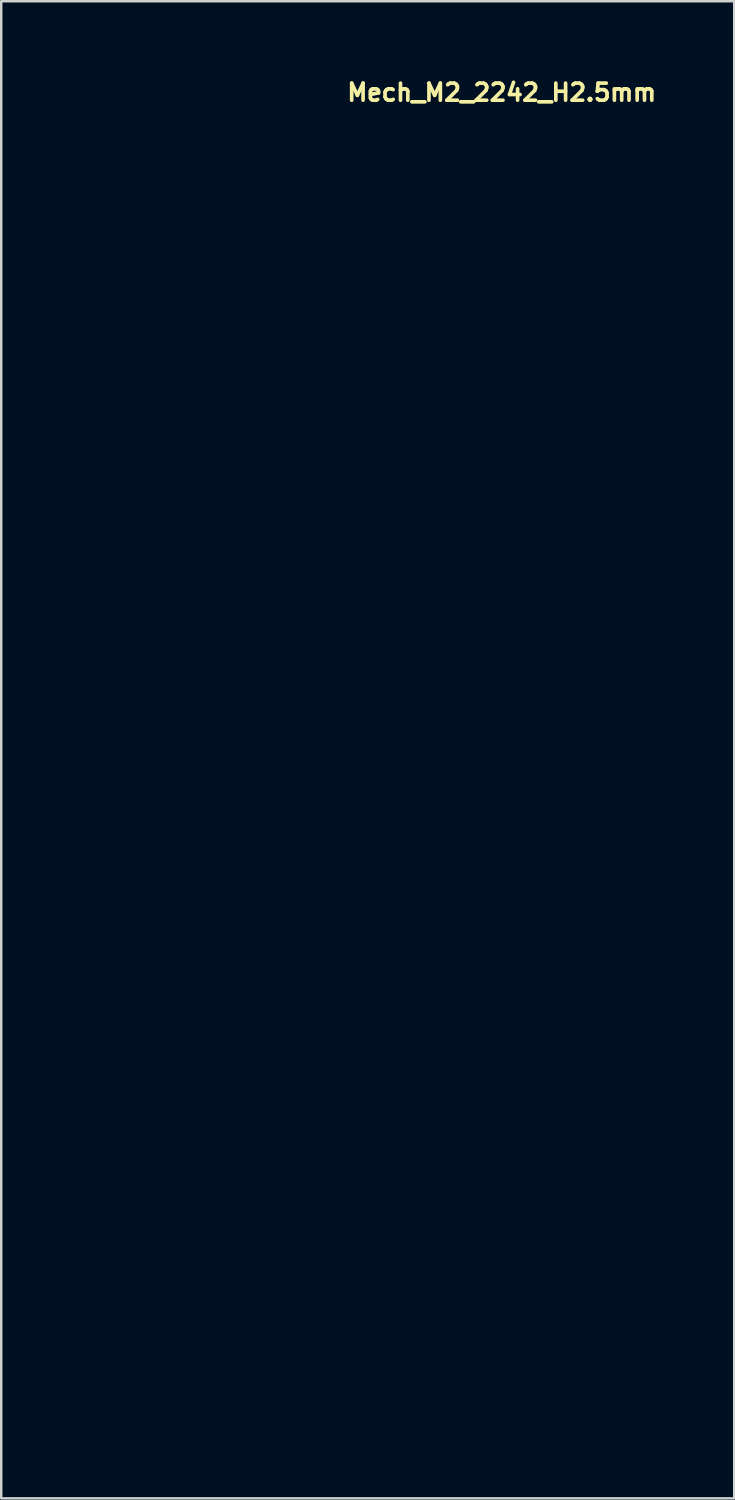
<source format=kicad_pcb>
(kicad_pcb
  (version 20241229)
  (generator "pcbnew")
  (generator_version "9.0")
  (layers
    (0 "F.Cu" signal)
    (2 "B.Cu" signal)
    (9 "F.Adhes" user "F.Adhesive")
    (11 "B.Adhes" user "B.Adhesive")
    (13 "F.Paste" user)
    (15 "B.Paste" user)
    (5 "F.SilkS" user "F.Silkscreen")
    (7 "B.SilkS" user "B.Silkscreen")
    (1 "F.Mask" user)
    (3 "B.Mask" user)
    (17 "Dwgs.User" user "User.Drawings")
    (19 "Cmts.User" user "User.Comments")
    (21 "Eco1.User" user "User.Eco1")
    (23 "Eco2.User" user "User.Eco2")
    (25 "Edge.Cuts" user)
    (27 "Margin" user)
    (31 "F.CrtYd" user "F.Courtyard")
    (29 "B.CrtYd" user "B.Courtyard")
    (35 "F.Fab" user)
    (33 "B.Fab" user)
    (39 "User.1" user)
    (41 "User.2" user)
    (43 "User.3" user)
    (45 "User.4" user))
  (footprint "Mech_M2_2242_H2.5mm"
    (layer "F.Cu")
    (at 11.1 13.26)
    (property "Reference" "Mech_M2_2242_H2.5mm" (at -0.001 -12.11 180) (layer "F.SilkS") (effects (font (size 0.7 0.7) (thickness 0.15)) (justify left bottom)))
    (attr through_hole exclude_from_pos_files exclude_from_bom)
    (fp_line (start -11 0) (end -11 42.001) (stroke (width 0.2) (type solid)) (layer "Eco1.User"))
    (fp_line (start -11 42.001) (end 10.999 42.001) (stroke (width 0.2) (type solid)) (layer "Eco1.User"))
    (fp_line (start 10.999 0) (end -11 0) (stroke (width 0.2) (type solid)) (layer "Eco1.User"))
    (fp_line (start 10.999 42.001) (end 10.999 0) (stroke (width 0.2) (type solid)) (layer "Eco1.User"))
    (fp_circle (center -0.001 0) (end -1.25 0) (stroke (width 0.2) (type solid)) (fill no) (layer "Eco1.User"))
    (fp_rect (start -11 0) (end 10.999 41.998) (stroke (width 0.1) (type solid)) (fill no) (layer "User.5"))
    (fp_line (start -11 0) (end -2.75 0) (stroke (width 0.02) (type solid)) (layer "User.9"))
    (fp_line (start -11 37.998) (end -11 0) (stroke (width 0.02) (type solid)) (layer "User.9"))
    (fp_line (start -11 37.998) (end 10.999 37.998) (stroke (width 0.02) (type solid)) (layer "User.9"))
    (fp_line (start -10.401 37.999) (end -10.426 37.998) (stroke (width 0.02) (type solid)) (layer "User.9"))
    (fp_line (start -10.376 38.001) (end -10.401 37.999) (stroke (width 0.02) (type solid)) (layer "User.9"))
    (fp_line (start -10.353 38.004) (end -10.376 38.001) (stroke (width 0.02) (type solid)) (layer "User.9"))
    (fp_line (start -10.327 38.008) (end -10.353 38.004) (stroke (width 0.02) (type solid)) (layer "User.9"))
    (fp_line (start -10.305 38.015) (end -10.327 38.008) (stroke (width 0.02) (type solid)) (layer "User.9"))
    (fp_line (start -10.28 38.021) (end -10.305 38.015) (stroke (width 0.02) (type solid)) (layer "User.9"))
    (fp_line (start -10.257 38.028) (end -10.28 38.021) (stroke (width 0.02) (type solid)) (layer "User.9"))
    (fp_line (start -10.234 38.037) (end -10.257 38.028) (stroke (width 0.02) (type solid)) (layer "User.9"))
    (fp_line (start -10.212 38.047) (end -10.234 38.037) (stroke (width 0.02) (type solid)) (layer "User.9"))
    (fp_line (start -10.19 38.057) (end -10.212 38.047) (stroke (width 0.02) (type solid)) (layer "User.9"))
    (fp_line (start -10.17 38.069) (end -10.19 38.057) (stroke (width 0.02) (type solid)) (layer "User.9"))
    (fp_line (start -10.148 38.083) (end -10.17 38.069) (stroke (width 0.02) (type solid)) (layer "User.9"))
    (fp_line (start -10.128 38.097) (end -10.148 38.083) (stroke (width 0.02) (type solid)) (layer "User.9"))
    (fp_line (start -10.109 38.112) (end -10.128 38.097) (stroke (width 0.02) (type solid)) (layer "User.9"))
    (fp_line (start -10.09 38.129) (end -10.109 38.112) (stroke (width 0.02) (type solid)) (layer "User.9"))
    (fp_line (start -10.073 38.146) (end -10.09 38.129) (stroke (width 0.02) (type solid)) (layer "User.9"))
    (fp_line (start -10.073 38.146) (end -10.073 38.146) (stroke (width 0.02) (type solid)) (layer "User.9"))
    (fp_line (start -10.055 38.164) (end -10.073 38.146) (stroke (width 0.02) (type solid)) (layer "User.9"))
    (fp_line (start -10.039 38.182) (end -10.055 38.164) (stroke (width 0.02) (type solid)) (layer "User.9"))
    (fp_line (start -10.025 38.202) (end -10.039 38.182) (stroke (width 0.02) (type solid)) (layer "User.9"))
    (fp_line (start -10.01 38.222) (end -10.025 38.202) (stroke (width 0.02) (type solid)) (layer "User.9"))
    (fp_line (start -9.997 38.243) (end -10.01 38.222) (stroke (width 0.02) (type solid)) (layer "User.9"))
    (fp_line (start -9.984 38.263) (end -9.997 38.243) (stroke (width 0.02) (type solid)) (layer "User.9"))
    (fp_line (start -9.974 38.286) (end -9.984 38.263) (stroke (width 0.02) (type solid)) (layer "User.9"))
    (fp_line (start -9.965 38.307) (end -9.974 38.286) (stroke (width 0.02) (type solid)) (layer "User.9"))
    (fp_line (start -9.955 38.33) (end -9.965 38.307) (stroke (width 0.02) (type solid)) (layer "User.9"))
    (fp_line (start -9.948 38.353) (end -9.955 38.33) (stroke (width 0.02) (type solid)) (layer "User.9"))
    (fp_line (start -9.942 38.377) (end -9.948 38.353) (stroke (width 0.02) (type solid)) (layer "User.9"))
    (fp_line (start -9.936 38.402) (end -9.942 38.377) (stroke (width 0.02) (type solid)) (layer "User.9"))
    (fp_line (start -9.932 38.426) (end -9.936 38.402) (stroke (width 0.02) (type solid)) (layer "User.9"))
    (fp_line (start -9.929 38.449) (end -9.932 38.426) (stroke (width 0.02) (type solid)) (layer "User.9"))
    (fp_line (start -9.926 38.475) (end -9.929 38.449) (stroke (width 0.02) (type solid)) (layer "User.9"))
    (fp_line (start -9.926 38.498) (end -9.926 38.475) (stroke (width 0.02) (type solid)) (layer "User.9"))
    (fp_line (start -9.926 41.998) (end -9.926 38.498) (stroke (width 0.02) (type solid)) (layer "User.9"))
    (fp_line (start -9.926 41.998) (end -6.726 41.998) (stroke (width 0.02) (type solid)) (layer "User.9"))
    (fp_line (start -9.426 39.998) (end -9.076 39.998) (stroke (width 0.02) (type solid)) (layer "User.9"))
    (fp_line (start -9.426 41.699) (end -9.426 39.998) (stroke (width 0.02) (type solid)) (layer "User.9"))
    (fp_line (start -9.076 39.998) (end -9.076 41.699) (stroke (width 0.02) (type solid)) (layer "User.9"))
    (fp_line (start -9.076 41.699) (end -9.426 41.699) (stroke (width 0.02) (type solid)) (layer "User.9"))
    (fp_line (start -8.926 39.998) (end -8.576 39.998) (stroke (width 0.02) (type solid)) (layer "User.9"))
    (fp_line (start -8.926 41.699) (end -8.926 39.998) (stroke (width 0.02) (type solid)) (layer "User.9"))
    (fp_line (start -8.576 39.998) (end -8.576 41.699) (stroke (width 0.02) (type solid)) (layer "User.9"))
    (fp_line (start -8.576 41.699) (end -8.926 41.699) (stroke (width 0.02) (type solid)) (layer "User.9"))
    (fp_line (start -8.426 39.998) (end -8.075 39.998) (stroke (width 0.02) (type solid)) (layer "User.9"))
    (fp_line (start -8.426 41.699) (end -8.426 39.998) (stroke (width 0.02) (type solid)) (layer "User.9"))
    (fp_line (start -8.075 39.998) (end -8.075 41.699) (stroke (width 0.02) (type solid)) (layer "User.9"))
    (fp_line (start -8.075 41.699) (end -8.426 41.699) (stroke (width 0.02) (type solid)) (layer "User.9"))
    (fp_line (start -7.925 39.998) (end -7.577 39.998) (stroke (width 0.02) (type solid)) (layer "User.9"))
    (fp_line (start -7.925 41.699) (end -7.925 39.998) (stroke (width 0.02) (type solid)) (layer "User.9"))
    (fp_line (start -7.577 39.998) (end -7.577 41.699) (stroke (width 0.02) (type solid)) (layer "User.9"))
    (fp_line (start -7.577 41.699) (end -7.925 41.699) (stroke (width 0.02) (type solid)) (layer "User.9"))
    (fp_line (start -7.425 39.998) (end -7.077 39.998) (stroke (width 0.02) (type solid)) (layer "User.9"))
    (fp_line (start -7.425 41.699) (end -7.425 39.998) (stroke (width 0.02) (type solid)) (layer "User.9"))
    (fp_line (start -7.077 39.998) (end -7.077 41.699) (stroke (width 0.02) (type solid)) (layer "User.9"))
    (fp_line (start -7.077 41.699) (end -7.425 41.699) (stroke (width 0.02) (type solid)) (layer "User.9"))
    (fp_line (start -6.726 39.068) (end -6.726 39.098) (stroke (width 0.02) (type solid)) (layer "User.9"))
    (fp_line (start -6.726 39.098) (end -6.726 41.998) (stroke (width 0.02) (type solid)) (layer "User.9"))
    (fp_line (start -6.723 39.037) (end -6.726 39.068) (stroke (width 0.02) (type solid)) (layer "User.9"))
    (fp_line (start -6.72 39.007) (end -6.723 39.037) (stroke (width 0.02) (type solid)) (layer "User.9"))
    (fp_line (start -6.713 38.978) (end -6.72 39.007) (stroke (width 0.02) (type solid)) (layer "User.9"))
    (fp_line (start -6.707 38.949) (end -6.713 38.978) (stroke (width 0.02) (type solid)) (layer "User.9"))
    (fp_line (start -6.699 38.92) (end -6.707 38.949) (stroke (width 0.02) (type solid)) (layer "User.9"))
    (fp_line (start -6.689 38.893) (end -6.699 38.92) (stroke (width 0.02) (type solid)) (layer "User.9"))
    (fp_line (start -6.678 38.865) (end -6.689 38.893) (stroke (width 0.02) (type solid)) (layer "User.9"))
    (fp_line (start -6.667 38.838) (end -6.678 38.865) (stroke (width 0.02) (type solid)) (layer "User.9"))
    (fp_line (start -6.654 38.813) (end -6.667 38.838) (stroke (width 0.02) (type solid)) (layer "User.9"))
    (fp_line (start -6.64 38.789) (end -6.654 38.813) (stroke (width 0.02) (type solid)) (layer "User.9"))
    (fp_line (start -6.624 38.763) (end -6.64 38.789) (stroke (width 0.02) (type solid)) (layer "User.9"))
    (fp_line (start -6.606 38.74) (end -6.624 38.763) (stroke (width 0.02) (type solid)) (layer "User.9"))
    (fp_line (start -6.588 38.717) (end -6.606 38.74) (stroke (width 0.02) (type solid)) (layer "User.9"))
    (fp_line (start -6.571 38.696) (end -6.588 38.717) (stroke (width 0.02) (type solid)) (layer "User.9"))
    (fp_line (start -6.55 38.675) (end -6.571 38.696) (stroke (width 0.02) (type solid)) (layer "User.9"))
    (fp_line (start -6.529 38.655) (end -6.55 38.675) (stroke (width 0.02) (type solid)) (layer "User.9"))
    (fp_line (start -6.508 38.637) (end -6.529 38.655) (stroke (width 0.02) (type solid)) (layer "User.9"))
    (fp_line (start -6.484 38.618) (end -6.508 38.637) (stroke (width 0.02) (type solid)) (layer "User.9"))
    (fp_line (start -6.462 38.601) (end -6.484 38.618) (stroke (width 0.02) (type solid)) (layer "User.9"))
    (fp_line (start -6.438 38.586) (end -6.462 38.601) (stroke (width 0.02) (type solid)) (layer "User.9"))
    (fp_line (start -6.412 38.571) (end -6.438 38.586) (stroke (width 0.02) (type solid)) (layer "User.9"))
    (fp_line (start -6.386 38.559) (end -6.412 38.571) (stroke (width 0.02) (type solid)) (layer "User.9"))
    (fp_line (start -6.359 38.547) (end -6.386 38.559) (stroke (width 0.02) (type solid)) (layer "User.9"))
    (fp_line (start -6.332 38.536) (end -6.359 38.547) (stroke (width 0.02) (type solid)) (layer "User.9"))
    (fp_line (start -6.305 38.527) (end -6.332 38.536) (stroke (width 0.02) (type solid)) (layer "User.9"))
    (fp_line (start -6.276 38.519) (end -6.305 38.527) (stroke (width 0.02) (type solid)) (layer "User.9"))
    (fp_line (start -6.247 38.512) (end -6.276 38.519) (stroke (width 0.02) (type solid)) (layer "User.9"))
    (fp_line (start -6.218 38.507) (end -6.247 38.512) (stroke (width 0.02) (type solid)) (layer "User.9"))
    (fp_line (start -6.188 38.502) (end -6.218 38.507) (stroke (width 0.02) (type solid)) (layer "User.9"))
    (fp_line (start -6.156 38.501) (end -6.188 38.502) (stroke (width 0.02) (type solid)) (layer "User.9"))
    (fp_line (start -6.125 38.499) (end -6.156 38.501) (stroke (width 0.02) (type solid)) (layer "User.9"))
    (fp_line (start -6.125 38.499) (end -6.125 38.499) (stroke (width 0.02) (type solid)) (layer "User.9"))
    (fp_line (start -6.095 38.501) (end -6.125 38.499) (stroke (width 0.02) (type solid)) (layer "User.9"))
    (fp_line (start -6.064 38.502) (end -6.095 38.501) (stroke (width 0.02) (type solid)) (layer "User.9"))
    (fp_line (start -6.034 38.507) (end -6.064 38.502) (stroke (width 0.02) (type solid)) (layer "User.9"))
    (fp_line (start -6.005 38.512) (end -6.034 38.507) (stroke (width 0.02) (type solid)) (layer "User.9"))
    (fp_line (start -5.976 38.519) (end -6.005 38.512) (stroke (width 0.02) (type solid)) (layer "User.9"))
    (fp_line (start -5.947 38.527) (end -5.976 38.519) (stroke (width 0.02) (type solid)) (layer "User.9"))
    (fp_line (start -5.92 38.536) (end -5.947 38.527) (stroke (width 0.02) (type solid)) (layer "User.9"))
    (fp_line (start -5.893 38.547) (end -5.92 38.536) (stroke (width 0.02) (type solid)) (layer "User.9"))
    (fp_line (start -5.866 38.559) (end -5.893 38.547) (stroke (width 0.02) (type solid)) (layer "User.9"))
    (fp_line (start -5.84 38.571) (end -5.866 38.559) (stroke (width 0.02) (type solid)) (layer "User.9"))
    (fp_line (start -5.814 38.586) (end -5.84 38.571) (stroke (width 0.02) (type solid)) (layer "User.9"))
    (fp_line (start -5.79 38.601) (end -5.814 38.586) (stroke (width 0.02) (type solid)) (layer "User.9"))
    (fp_line (start -5.768 38.618) (end -5.79 38.601) (stroke (width 0.02) (type solid)) (layer "User.9"))
    (fp_line (start -5.744 38.637) (end -5.768 38.618) (stroke (width 0.02) (type solid)) (layer "User.9"))
    (fp_line (start -5.723 38.655) (end -5.744 38.637) (stroke (width 0.02) (type solid)) (layer "User.9"))
    (fp_line (start -5.702 38.675) (end -5.723 38.655) (stroke (width 0.02) (type solid)) (layer "User.9"))
    (fp_line (start -5.681 38.696) (end -5.702 38.675) (stroke (width 0.02) (type solid)) (layer "User.9"))
    (fp_line (start -5.664 38.717) (end -5.681 38.696) (stroke (width 0.02) (type solid)) (layer "User.9"))
    (fp_line (start -5.646 38.74) (end -5.664 38.717) (stroke (width 0.02) (type solid)) (layer "User.9"))
    (fp_line (start -5.628 38.763) (end -5.646 38.74) (stroke (width 0.02) (type solid)) (layer "User.9"))
    (fp_line (start -5.612 38.789) (end -5.628 38.763) (stroke (width 0.02) (type solid)) (layer "User.9"))
    (fp_line (start -5.598 38.813) (end -5.612 38.789) (stroke (width 0.02) (type solid)) (layer "User.9"))
    (fp_line (start -5.585 38.838) (end -5.598 38.813) (stroke (width 0.02) (type solid)) (layer "User.9"))
    (fp_line (start -5.574 38.865) (end -5.585 38.838) (stroke (width 0.02) (type solid)) (layer "User.9"))
    (fp_line (start -5.563 38.893) (end -5.574 38.865) (stroke (width 0.02) (type solid)) (layer "User.9"))
    (fp_line (start -5.553 38.92) (end -5.563 38.893) (stroke (width 0.02) (type solid)) (layer "User.9"))
    (fp_line (start -5.545 38.949) (end -5.553 38.92) (stroke (width 0.02) (type solid)) (layer "User.9"))
    (fp_line (start -5.539 38.978) (end -5.545 38.949) (stroke (width 0.02) (type solid)) (layer "User.9"))
    (fp_line (start -5.532 39.007) (end -5.539 38.978) (stroke (width 0.02) (type solid)) (layer "User.9"))
    (fp_line (start -5.529 39.037) (end -5.532 39.007) (stroke (width 0.02) (type solid)) (layer "User.9"))
    (fp_line (start -5.526 39.068) (end -5.529 39.037) (stroke (width 0.02) (type solid)) (layer "User.9"))
    (fp_line (start -5.526 39.098) (end -5.526 39.068) (stroke (width 0.02) (type solid)) (layer "User.9"))
    (fp_line (start -5.526 39.098) (end -5.526 41.998) (stroke (width 0.02) (type solid)) (layer "User.9"))
    (fp_line (start -5.526 41.998) (end 5.025 41.998) (stroke (width 0.02) (type solid)) (layer "User.9"))
    (fp_line (start -4.925 39.998) (end -4.577 39.998) (stroke (width 0.02) (type solid)) (layer "User.9"))
    (fp_line (start -4.925 41.699) (end -4.925 39.998) (stroke (width 0.02) (type solid)) (layer "User.9"))
    (fp_line (start -4.577 39.998) (end -4.577 41.699) (stroke (width 0.02) (type solid)) (layer "User.9"))
    (fp_line (start -4.577 41.699) (end -4.925 41.699) (stroke (width 0.02) (type solid)) (layer "User.9"))
    (fp_line (start -4.425 39.998) (end -4.077 39.998) (stroke (width 0.02) (type solid)) (layer "User.9"))
    (fp_line (start -4.425 41.699) (end -4.425 39.998) (stroke (width 0.02) (type solid)) (layer "User.9"))
    (fp_line (start -4.077 39.998) (end -4.077 41.699) (stroke (width 0.02) (type solid)) (layer "User.9"))
    (fp_line (start -4.077 41.699) (end -4.425 41.699) (stroke (width 0.02) (type solid)) (layer "User.9"))
    (fp_line (start -3.926 39.998) (end -3.576 39.998) (stroke (width 0.02) (type solid)) (layer "User.9"))
    (fp_line (start -3.926 41.699) (end -3.926 39.998) (stroke (width 0.02) (type solid)) (layer "User.9"))
    (fp_line (start -3.576 39.998) (end -3.576 41.699) (stroke (width 0.02) (type solid)) (layer "User.9"))
    (fp_line (start -3.576 41.699) (end -3.926 41.699) (stroke (width 0.02) (type solid)) (layer "User.9"))
    (fp_line (start -3.426 39.998) (end -3.077 39.998) (stroke (width 0.02) (type solid)) (layer "User.9"))
    (fp_line (start -3.426 41.699) (end -3.426 39.998) (stroke (width 0.02) (type solid)) (layer "User.9"))
    (fp_line (start -3.077 39.998) (end -3.077 41.699) (stroke (width 0.02) (type solid)) (layer "User.9"))
    (fp_line (start -3.077 41.699) (end -3.426 41.699) (stroke (width 0.02) (type solid)) (layer "User.9"))
    (fp_line (start -2.926 39.998) (end -2.577 39.998) (stroke (width 0.02) (type solid)) (layer "User.9"))
    (fp_line (start -2.926 41.699) (end -2.926 39.998) (stroke (width 0.02) (type solid)) (layer "User.9"))
    (fp_line (start -2.75 0) (end -2.745 0.183) (stroke (width 0.02) (type solid)) (layer "User.9"))
    (fp_line (start -2.75 0) (end -1.75 0) (stroke (width 0.02) (type solid)) (layer "User.9"))
    (fp_line (start -2.745 0.183) (end -2.726 0.364) (stroke (width 0.02) (type solid)) (layer "User.9"))
    (fp_line (start -2.726 0.364) (end -2.698 0.541) (stroke (width 0.02) (type solid)) (layer "User.9"))
    (fp_line (start -2.698 0.541) (end -2.656 0.716) (stroke (width 0.02) (type solid)) (layer "User.9"))
    (fp_line (start -2.656 0.716) (end -2.604 0.887) (stroke (width 0.02) (type solid)) (layer "User.9"))
    (fp_line (start -2.604 0.887) (end -2.54 1.055) (stroke (width 0.02) (type solid)) (layer "User.9"))
    (fp_line (start -2.577 39.998) (end -2.577 41.699) (stroke (width 0.02) (type solid)) (layer "User.9"))
    (fp_line (start -2.577 41.699) (end -2.926 41.699) (stroke (width 0.02) (type solid)) (layer "User.9"))
    (fp_line (start -2.54 1.055) (end -2.467 1.218) (stroke (width 0.02) (type solid)) (layer "User.9"))
    (fp_line (start -2.467 1.218) (end -2.383 1.375) (stroke (width 0.02) (type solid)) (layer "User.9"))
    (fp_line (start -2.426 39.998) (end -2.077 39.998) (stroke (width 0.02) (type solid)) (layer "User.9"))
    (fp_line (start -2.426 41.699) (end -2.426 39.998) (stroke (width 0.02) (type solid)) (layer "User.9"))
    (fp_line (start -2.383 1.375) (end -2.289 1.526) (stroke (width 0.02) (type solid)) (layer "User.9"))
    (fp_line (start -2.289 1.526) (end -2.185 1.67) (stroke (width 0.02) (type solid)) (layer "User.9"))
    (fp_line (start -2.185 1.67) (end -2.072 1.809) (stroke (width 0.02) (type solid)) (layer "User.9"))
    (fp_line (start -2.077 39.998) (end -2.077 41.699) (stroke (width 0.02) (type solid)) (layer "User.9"))
    (fp_line (start -2.077 41.699) (end -2.426 41.699) (stroke (width 0.02) (type solid)) (layer "User.9"))
    (fp_line (start -2.072 1.809) (end -1.95 1.94) (stroke (width 0.02) (type solid)) (layer "User.9"))
    (fp_line (start -1.95 1.94) (end -1.819 2.062) (stroke (width 0.02) (type solid)) (layer "User.9"))
    (fp_line (start -1.926 39.998) (end -1.575 39.998) (stroke (width 0.02) (type solid)) (layer "User.9"))
    (fp_line (start -1.926 41.699) (end -1.926 39.998) (stroke (width 0.02) (type solid)) (layer "User.9"))
    (fp_line (start -1.819 2.062) (end -1.68 2.178) (stroke (width 0.02) (type solid)) (layer "User.9"))
    (fp_line (start -1.75 0) (end -1.748 0.116) (stroke (width 0.02) (type solid)) (layer "User.9"))
    (fp_line (start -1.748 0.116) (end -1.736 0.23) (stroke (width 0.02) (type solid)) (layer "User.9"))
    (fp_line (start -1.736 0.23) (end -1.716 0.344) (stroke (width 0.02) (type solid)) (layer "User.9"))
    (fp_line (start -1.716 0.344) (end -1.69 0.455) (stroke (width 0.02) (type solid)) (layer "User.9"))
    (fp_line (start -1.69 0.455) (end -1.657 0.565) (stroke (width 0.02) (type solid)) (layer "User.9"))
    (fp_line (start -1.68 2.178) (end -1.532 2.283) (stroke (width 0.02) (type solid)) (layer "User.9"))
    (fp_line (start -1.657 0.565) (end -1.617 0.67) (stroke (width 0.02) (type solid)) (layer "User.9"))
    (fp_line (start -1.617 0.67) (end -1.569 0.774) (stroke (width 0.02) (type solid)) (layer "User.9"))
    (fp_line (start -1.575 39.998) (end -1.575 41.699) (stroke (width 0.02) (type solid)) (layer "User.9"))
    (fp_line (start -1.575 41.699) (end -1.926 41.699) (stroke (width 0.02) (type solid)) (layer "User.9"))
    (fp_line (start -1.569 0.774) (end -1.516 0.873) (stroke (width 0.02) (type solid)) (layer "User.9"))
    (fp_line (start -1.532 2.283) (end -1.375 2.381) (stroke (width 0.02) (type solid)) (layer "User.9"))
    (fp_line (start -1.516 0.873) (end -1.456 0.971) (stroke (width 0.02) (type solid)) (layer "User.9"))
    (fp_line (start -1.456 0.971) (end -1.391 1.062) (stroke (width 0.02) (type solid)) (layer "User.9"))
    (fp_line (start -1.426 39.998) (end -1.075 39.998) (stroke (width 0.02) (type solid)) (layer "User.9"))
    (fp_line (start -1.426 41.699) (end -1.426 39.998) (stroke (width 0.02) (type solid)) (layer "User.9"))
    (fp_line (start -1.391 1.062) (end -1.319 1.151) (stroke (width 0.02) (type solid)) (layer "User.9"))
    (fp_line (start -1.375 2.381) (end -1.375 2.381) (stroke (width 0.02) (type solid)) (layer "User.9"))
    (fp_line (start -1.375 2.381) (end -1.214 2.466) (stroke (width 0.02) (type solid)) (layer "User.9"))
    (fp_line (start -1.319 1.151) (end -1.242 1.233) (stroke (width 0.02) (type solid)) (layer "User.9"))
    (fp_line (start -1.242 1.233) (end -1.158 1.312) (stroke (width 0.02) (type solid)) (layer "User.9"))
    (fp_line (start -1.214 2.466) (end -1.049 2.541) (stroke (width 0.02) (type solid)) (layer "User.9"))
    (fp_line (start -1.158 1.312) (end -1.069 1.385) (stroke (width 0.02) (type solid)) (layer "User.9"))
    (fp_line (start -1.075 39.998) (end -1.075 41.699) (stroke (width 0.02) (type solid)) (layer "User.9"))
    (fp_line (start -1.075 41.699) (end -1.426 41.699) (stroke (width 0.02) (type solid)) (layer "User.9"))
    (fp_line (start -1.069 1.385) (end -0.975 1.452) (stroke (width 0.02) (type solid)) (layer "User.9"))
    (fp_line (start -1.049 2.541) (end -0.879 2.605) (stroke (width 0.02) (type solid)) (layer "User.9"))
    (fp_line (start -0.975 1.452) (end -0.875 1.515) (stroke (width 0.02) (type solid)) (layer "User.9"))
    (fp_line (start -0.927 39.998) (end -0.576 39.998) (stroke (width 0.02) (type solid)) (layer "User.9"))
    (fp_line (start -0.927 41.699) (end -0.927 39.998) (stroke (width 0.02) (type solid)) (layer "User.9"))
    (fp_line (start -0.879 2.605) (end -0.707 2.657) (stroke (width 0.02) (type solid)) (layer "User.9"))
    (fp_line (start -0.875 1.515) (end -0.875 1.515) (stroke (width 0.02) (type solid)) (layer "User.9"))
    (fp_line (start -0.875 1.515) (end -0.774 1.57) (stroke (width 0.02) (type solid)) (layer "User.9"))
    (fp_line (start -0.774 1.57) (end -0.668 1.617) (stroke (width 0.02) (type solid)) (layer "User.9"))
    (fp_line (start -0.707 2.657) (end -0.533 2.698) (stroke (width 0.02) (type solid)) (layer "User.9"))
    (fp_line (start -0.668 1.617) (end -0.56 1.658) (stroke (width 0.02) (type solid)) (layer "User.9"))
    (fp_line (start -0.576 39.998) (end -0.576 41.699) (stroke (width 0.02) (type solid)) (layer "User.9"))
    (fp_line (start -0.576 41.699) (end -0.927 41.699) (stroke (width 0.02) (type solid)) (layer "User.9"))
    (fp_line (start -0.56 1.658) (end -0.451 1.69) (stroke (width 0.02) (type solid)) (layer "User.9"))
    (fp_line (start -0.533 2.698) (end -0.356 2.725) (stroke (width 0.02) (type solid)) (layer "User.9"))
    (fp_line (start -0.451 1.69) (end -0.34 1.716) (stroke (width 0.02) (type solid)) (layer "User.9"))
    (fp_line (start -0.425 39.998) (end -0.075 39.998) (stroke (width 0.02) (type solid)) (layer "User.9"))
    (fp_line (start -0.425 41.699) (end -0.425 39.998) (stroke (width 0.02) (type solid)) (layer "User.9"))
    (fp_line (start -0.356 2.725) (end -0.178 2.744) (stroke (width 0.02) (type solid)) (layer "User.9"))
    (fp_line (start -0.34 1.716) (end -0.228 1.734) (stroke (width 0.02) (type solid)) (layer "User.9"))
    (fp_line (start -0.228 1.734) (end -0.115 1.745) (stroke (width 0.02) (type solid)) (layer "User.9"))
    (fp_line (start -0.178 2.744) (end 0 2.75) (stroke (width 0.02) (type solid)) (layer "User.9"))
    (fp_line (start -0.115 1.745) (end 0 1.748) (stroke (width 0.02) (type solid)) (layer "User.9"))
    (fp_line (start -0.075 39.998) (end -0.075 41.699) (stroke (width 0.02) (type solid)) (layer "User.9"))
    (fp_line (start -0.075 41.699) (end -0.425 41.699) (stroke (width 0.02) (type solid)) (layer "User.9"))
    (fp_line (start 0 1.748) (end 0.113 1.745) (stroke (width 0.02) (type solid)) (layer "User.9"))
    (fp_line (start 0 2.75) (end 0.176 2.744) (stroke (width 0.02) (type solid)) (layer "User.9"))
    (fp_line (start 0.073 39.998) (end 0.423 39.998) (stroke (width 0.02) (type solid)) (layer "User.9"))
    (fp_line (start 0.073 41.699) (end 0.073 39.998) (stroke (width 0.02) (type solid)) (layer "User.9"))
    (fp_line (start 0.113 1.745) (end 0.226 1.734) (stroke (width 0.02) (type solid)) (layer "User.9"))
    (fp_line (start 0.176 2.744) (end 0.354 2.725) (stroke (width 0.02) (type solid)) (layer "User.9"))
    (fp_line (start 0.226 1.734) (end 0.338 1.716) (stroke (width 0.02) (type solid)) (layer "User.9"))
    (fp_line (start 0.338 1.716) (end 0.449 1.69) (stroke (width 0.02) (type solid)) (layer "User.9"))
    (fp_line (start 0.354 2.725) (end 0.531 2.698) (stroke (width 0.02) (type solid)) (layer "User.9"))
    (fp_line (start 0.423 39.998) (end 0.423 41.699) (stroke (width 0.02) (type solid)) (layer "User.9"))
    (fp_line (start 0.423 41.699) (end 0.073 41.699) (stroke (width 0.02) (type solid)) (layer "User.9"))
    (fp_line (start 0.449 1.69) (end 0.558 1.658) (stroke (width 0.02) (type solid)) (layer "User.9"))
    (fp_line (start 0.531 2.698) (end 0.705 2.657) (stroke (width 0.02) (type solid)) (layer "User.9"))
    (fp_line (start 0.558 1.658) (end 0.666 1.617) (stroke (width 0.02) (type solid)) (layer "User.9"))
    (fp_line (start 0.574 39.998) (end 0.925 39.998) (stroke (width 0.02) (type solid)) (layer "User.9"))
    (fp_line (start 0.574 41.699) (end 0.574 39.998) (stroke (width 0.02) (type solid)) (layer "User.9"))
    (fp_line (start 0.666 1.617) (end 0.772 1.57) (stroke (width 0.02) (type solid)) (layer "User.9"))
    (fp_line (start 0.705 2.657) (end 0.877 2.605) (stroke (width 0.02) (type solid)) (layer "User.9"))
    (fp_line (start 0.772 1.57) (end 0.873 1.515) (stroke (width 0.02) (type solid)) (layer "User.9"))
    (fp_line (start 0.873 1.515) (end 0.873 1.515) (stroke (width 0.02) (type solid)) (layer "User.9"))
    (fp_line (start 0.873 1.515) (end 0.925 1.484) (stroke (width 0.02) (type solid)) (layer "User.9"))
    (fp_line (start 0.877 2.605) (end 1.046 2.541) (stroke (width 0.02) (type solid)) (layer "User.9"))
    (fp_line (start 0.925 1.484) (end 0.973 1.452) (stroke (width 0.02) (type solid)) (layer "User.9"))
    (fp_line (start 0.925 39.998) (end 0.925 41.699) (stroke (width 0.02) (type solid)) (layer "User.9"))
    (fp_line (start 0.925 41.699) (end 0.574 41.699) (stroke (width 0.02) (type solid)) (layer "User.9"))
    (fp_line (start 0.973 1.452) (end 1.021 1.419) (stroke (width 0.02) (type solid)) (layer "User.9"))
    (fp_line (start 1.021 1.419) (end 1.068 1.385) (stroke (width 0.02) (type solid)) (layer "User.9"))
    (fp_line (start 1.046 2.541) (end 1.213 2.466) (stroke (width 0.02) (type solid)) (layer "User.9"))
    (fp_line (start 1.068 1.385) (end 1.112 1.349) (stroke (width 0.02) (type solid)) (layer "User.9"))
    (fp_line (start 1.074 39.998) (end 1.425 39.998) (stroke (width 0.02) (type solid)) (layer "User.9"))
    (fp_line (start 1.074 41.699) (end 1.074 39.998) (stroke (width 0.02) (type solid)) (layer "User.9"))
    (fp_line (start 1.112 1.349) (end 1.155 1.312) (stroke (width 0.02) (type solid)) (layer "User.9"))
    (fp_line (start 1.155 1.312) (end 1.199 1.274) (stroke (width 0.02) (type solid)) (layer "User.9"))
    (fp_line (start 1.199 1.274) (end 1.239 1.233) (stroke (width 0.02) (type solid)) (layer "User.9"))
    (fp_line (start 1.213 2.466) (end 1.374 2.381) (stroke (width 0.02) (type solid)) (layer "User.9"))
    (fp_line (start 1.239 1.233) (end 1.279 1.192) (stroke (width 0.02) (type solid)) (layer "User.9"))
    (fp_line (start 1.279 1.192) (end 1.316 1.151) (stroke (width 0.02) (type solid)) (layer "User.9"))
    (fp_line (start 1.316 1.151) (end 1.354 1.108) (stroke (width 0.02) (type solid)) (layer "User.9"))
    (fp_line (start 1.354 1.108) (end 1.388 1.062) (stroke (width 0.02) (type solid)) (layer "User.9"))
    (fp_line (start 1.374 2.381) (end 1.374 2.381) (stroke (width 0.02) (type solid)) (layer "User.9"))
    (fp_line (start 1.374 2.381) (end 1.453 2.334) (stroke (width 0.02) (type solid)) (layer "User.9"))
    (fp_line (start 1.388 1.062) (end 1.423 1.016) (stroke (width 0.02) (type solid)) (layer "User.9"))
    (fp_line (start 1.423 1.016) (end 1.455 0.971) (stroke (width 0.02) (type solid)) (layer "User.9"))
    (fp_line (start 1.425 39.998) (end 1.425 41.699) (stroke (width 0.02) (type solid)) (layer "User.9"))
    (fp_line (start 1.425 41.699) (end 1.074 41.699) (stroke (width 0.02) (type solid)) (layer "User.9"))
    (fp_line (start 1.453 2.334) (end 1.529 2.283) (stroke (width 0.02) (type solid)) (layer "User.9"))
    (fp_line (start 1.455 0.971) (end 1.485 0.922) (stroke (width 0.02) (type solid)) (layer "User.9"))
    (fp_line (start 1.485 0.922) (end 1.515 0.873) (stroke (width 0.02) (type solid)) (layer "User.9"))
    (fp_line (start 1.515 0.873) (end 1.542 0.824) (stroke (width 0.02) (type solid)) (layer "User.9"))
    (fp_line (start 1.529 2.283) (end 1.604 2.231) (stroke (width 0.02) (type solid)) (layer "User.9"))
    (fp_line (start 1.542 0.824) (end 1.568 0.774) (stroke (width 0.02) (type solid)) (layer "User.9"))
    (fp_line (start 1.568 0.774) (end 1.592 0.722) (stroke (width 0.02) (type solid)) (layer "User.9"))
    (fp_line (start 1.574 39.998) (end 1.925 39.998) (stroke (width 0.02) (type solid)) (layer "User.9"))
    (fp_line (start 1.574 41.699) (end 1.574 39.998) (stroke (width 0.02) (type solid)) (layer "User.9"))
    (fp_line (start 1.592 0.722) (end 1.614 0.67) (stroke (width 0.02) (type solid)) (layer "User.9"))
    (fp_line (start 1.604 2.231) (end 1.677 2.178) (stroke (width 0.02) (type solid)) (layer "User.9"))
    (fp_line (start 1.614 0.67) (end 1.636 0.619) (stroke (width 0.02) (type solid)) (layer "User.9"))
    (fp_line (start 1.636 0.619) (end 1.656 0.565) (stroke (width 0.02) (type solid)) (layer "User.9"))
    (fp_line (start 1.656 0.565) (end 1.673 0.51) (stroke (width 0.02) (type solid)) (layer "User.9"))
    (fp_line (start 1.673 0.51) (end 1.689 0.455) (stroke (width 0.02) (type solid)) (layer "User.9"))
    (fp_line (start 1.677 2.178) (end 1.749 2.122) (stroke (width 0.02) (type solid)) (layer "User.9"))
    (fp_line (start 1.689 0.455) (end 1.703 0.401) (stroke (width 0.02) (type solid)) (layer "User.9"))
    (fp_line (start 1.703 0.401) (end 1.715 0.344) (stroke (width 0.02) (type solid)) (layer "User.9"))
    (fp_line (start 1.715 0.344) (end 1.725 0.288) (stroke (width 0.02) (type solid)) (layer "User.9"))
    (fp_line (start 1.725 0.288) (end 1.733 0.23) (stroke (width 0.02) (type solid)) (layer "User.9"))
    (fp_line (start 1.733 0.23) (end 1.741 0.173) (stroke (width 0.02) (type solid)) (layer "User.9"))
    (fp_line (start 1.741 0.173) (end 1.745 0.116) (stroke (width 0.02) (type solid)) (layer "User.9"))
    (fp_line (start 1.745 0.116) (end 1.749 0.058) (stroke (width 0.02) (type solid)) (layer "User.9"))
    (fp_line (start 1.749 0) (end 2.749 0) (stroke (width 0.02) (type solid)) (layer "User.9"))
    (fp_line (start 1.749 0.058) (end 1.749 0) (stroke (width 0.02) (type solid)) (layer "User.9"))
    (fp_line (start 1.749 2.122) (end 1.816 2.062) (stroke (width 0.02) (type solid)) (layer "User.9"))
    (fp_line (start 1.816 2.062) (end 1.884 2.001) (stroke (width 0.02) (type solid)) (layer "User.9"))
    (fp_line (start 1.884 2.001) (end 1.947 1.94) (stroke (width 0.02) (type solid)) (layer "User.9"))
    (fp_line (start 1.925 39.998) (end 1.925 41.699) (stroke (width 0.02) (type solid)) (layer "User.9"))
    (fp_line (start 1.925 41.699) (end 1.574 41.699) (stroke (width 0.02) (type solid)) (layer "User.9"))
    (fp_line (start 1.947 1.94) (end 2.01 1.875) (stroke (width 0.02) (type solid)) (layer "User.9"))
    (fp_line (start 2.01 1.875) (end 2.069 1.809) (stroke (width 0.02) (type solid)) (layer "User.9"))
    (fp_line (start 2.069 1.809) (end 2.128 1.741) (stroke (width 0.02) (type solid)) (layer "User.9"))
    (fp_line (start 2.075 39.998) (end 2.423 39.998) (stroke (width 0.02) (type solid)) (layer "User.9"))
    (fp_line (start 2.075 41.699) (end 2.075 39.998) (stroke (width 0.02) (type solid)) (layer "User.9"))
    (fp_line (start 2.128 1.741) (end 2.182 1.67) (stroke (width 0.02) (type solid)) (layer "User.9"))
    (fp_line (start 2.182 1.67) (end 2.236 1.599) (stroke (width 0.02) (type solid)) (layer "User.9"))
    (fp_line (start 2.236 1.599) (end 2.286 1.526) (stroke (width 0.02) (type solid)) (layer "User.9"))
    (fp_line (start 2.286 1.526) (end 2.334 1.451) (stroke (width 0.02) (type solid)) (layer "User.9"))
    (fp_line (start 2.334 1.451) (end 2.381 1.375) (stroke (width 0.02) (type solid)) (layer "User.9"))
    (fp_line (start 2.381 1.375) (end 2.423 1.297) (stroke (width 0.02) (type solid)) (layer "User.9"))
    (fp_line (start 2.423 1.297) (end 2.464 1.218) (stroke (width 0.02) (type solid)) (layer "User.9"))
    (fp_line (start 2.423 39.998) (end 2.423 41.699) (stroke (width 0.02) (type solid)) (layer "User.9"))
    (fp_line (start 2.423 41.699) (end 2.075 41.699) (stroke (width 0.02) (type solid)) (layer "User.9"))
    (fp_line (start 2.464 1.218) (end 2.503 1.137) (stroke (width 0.02) (type solid)) (layer "User.9"))
    (fp_line (start 2.503 1.137) (end 2.539 1.055) (stroke (width 0.02) (type solid)) (layer "User.9"))
    (fp_line (start 2.539 1.055) (end 2.572 0.972) (stroke (width 0.02) (type solid)) (layer "User.9"))
    (fp_line (start 2.572 0.972) (end 2.601 0.887) (stroke (width 0.02) (type solid)) (layer "User.9"))
    (fp_line (start 2.575 39.998) (end 2.923 39.998) (stroke (width 0.02) (type solid)) (layer "User.9"))
    (fp_line (start 2.575 41.699) (end 2.575 39.998) (stroke (width 0.02) (type solid)) (layer "User.9"))
    (fp_line (start 2.601 0.887) (end 2.629 0.803) (stroke (width 0.02) (type solid)) (layer "User.9"))
    (fp_line (start 2.629 0.803) (end 2.653 0.716) (stroke (width 0.02) (type solid)) (layer "User.9"))
    (fp_line (start 2.653 0.716) (end 2.676 0.629) (stroke (width 0.02) (type solid)) (layer "User.9"))
    (fp_line (start 2.676 0.629) (end 2.696 0.541) (stroke (width 0.02) (type solid)) (layer "User.9"))
    (fp_line (start 2.696 0.541) (end 2.712 0.452) (stroke (width 0.02) (type solid)) (layer "User.9"))
    (fp_line (start 2.712 0.452) (end 2.725 0.364) (stroke (width 0.02) (type solid)) (layer "User.9"))
    (fp_line (start 2.725 0.364) (end 2.736 0.274) (stroke (width 0.02) (type solid)) (layer "User.9"))
    (fp_line (start 2.736 0.274) (end 2.742 0.183) (stroke (width 0.02) (type solid)) (layer "User.9"))
    (fp_line (start 2.742 0.183) (end 2.748 0.091) (stroke (width 0.02) (type solid)) (layer "User.9"))
    (fp_line (start 2.748 0.091) (end 2.749 0) (stroke (width 0.02) (type solid)) (layer "User.9"))
    (fp_line (start 2.923 39.998) (end 2.923 41.699) (stroke (width 0.02) (type solid)) (layer "User.9"))
    (fp_line (start 2.923 41.699) (end 2.575 41.699) (stroke (width 0.02) (type solid)) (layer "User.9"))
    (fp_line (start 3.075 39.998) (end 3.423 39.998) (stroke (width 0.02) (type solid)) (layer "User.9"))
    (fp_line (start 3.075 41.699) (end 3.075 39.998) (stroke (width 0.02) (type solid)) (layer "User.9"))
    (fp_line (start 3.423 39.998) (end 3.423 41.699) (stroke (width 0.02) (type solid)) (layer "User.9"))
    (fp_line (start 3.423 41.699) (end 3.075 41.699) (stroke (width 0.02) (type solid)) (layer "User.9"))
    (fp_line (start 3.575 39.998) (end 3.923 39.998) (stroke (width 0.02) (type solid)) (layer "User.9"))
    (fp_line (start 3.575 41.699) (end 3.575 39.998) (stroke (width 0.02) (type solid)) (layer "User.9"))
    (fp_line (start 3.923 39.998) (end 3.923 41.699) (stroke (width 0.02) (type solid)) (layer "User.9"))
    (fp_line (start 3.923 41.699) (end 3.575 41.699) (stroke (width 0.02) (type solid)) (layer "User.9"))
    (fp_line (start 4.075 39.998) (end 4.424 39.998) (stroke (width 0.02) (type solid)) (layer "User.9"))
    (fp_line (start 4.075 41.699) (end 4.075 39.998) (stroke (width 0.02) (type solid)) (layer "User.9"))
    (fp_line (start 4.424 39.998) (end 4.424 41.699) (stroke (width 0.02) (type solid)) (layer "User.9"))
    (fp_line (start 4.424 41.699) (end 4.075 41.699) (stroke (width 0.02) (type solid)) (layer "User.9"))
    (fp_line (start 5.025 39.068) (end 5.025 39.098) (stroke (width 0.02) (type solid)) (layer "User.9"))
    (fp_line (start 5.025 39.098) (end 5.025 41.998) (stroke (width 0.02) (type solid)) (layer "User.9"))
    (fp_line (start 5.028 39.037) (end 5.025 39.068) (stroke (width 0.02) (type solid)) (layer "User.9"))
    (fp_line (start 5.03 39.007) (end 5.028 39.037) (stroke (width 0.02) (type solid)) (layer "User.9"))
    (fp_line (start 5.036 38.978) (end 5.03 39.007) (stroke (width 0.02) (type solid)) (layer "User.9"))
    (fp_line (start 5.043 38.949) (end 5.036 38.978) (stroke (width 0.02) (type solid)) (layer "User.9"))
    (fp_line (start 5.052 38.92) (end 5.043 38.949) (stroke (width 0.02) (type solid)) (layer "User.9"))
    (fp_line (start 5.06 38.893) (end 5.052 38.92) (stroke (width 0.02) (type solid)) (layer "User.9"))
    (fp_line (start 5.071 38.865) (end 5.06 38.893) (stroke (width 0.02) (type solid)) (layer "User.9"))
    (fp_line (start 5.084 38.838) (end 5.071 38.865) (stroke (width 0.02) (type solid)) (layer "User.9"))
    (fp_line (start 5.097 38.813) (end 5.084 38.838) (stroke (width 0.02) (type solid)) (layer "User.9"))
    (fp_line (start 5.11 38.789) (end 5.097 38.813) (stroke (width 0.02) (type solid)) (layer "User.9"))
    (fp_line (start 5.126 38.763) (end 5.11 38.789) (stroke (width 0.02) (type solid)) (layer "User.9"))
    (fp_line (start 5.144 38.74) (end 5.126 38.763) (stroke (width 0.02) (type solid)) (layer "User.9"))
    (fp_line (start 5.161 38.717) (end 5.144 38.74) (stroke (width 0.02) (type solid)) (layer "User.9"))
    (fp_line (start 5.179 38.696) (end 5.161 38.717) (stroke (width 0.02) (type solid)) (layer "User.9"))
    (fp_line (start 5.2 38.675) (end 5.179 38.696) (stroke (width 0.02) (type solid)) (layer "User.9"))
    (fp_line (start 5.22 38.655) (end 5.2 38.675) (stroke (width 0.02) (type solid)) (layer "User.9"))
    (fp_line (start 5.243 38.637) (end 5.22 38.655) (stroke (width 0.02) (type solid)) (layer "User.9"))
    (fp_line (start 5.265 38.618) (end 5.243 38.637) (stroke (width 0.02) (type solid)) (layer "User.9"))
    (fp_line (start 5.288 38.601) (end 5.265 38.618) (stroke (width 0.02) (type solid)) (layer "User.9"))
    (fp_line (start 5.312 38.586) (end 5.288 38.601) (stroke (width 0.02) (type solid)) (layer "User.9"))
    (fp_line (start 5.339 38.571) (end 5.312 38.586) (stroke (width 0.02) (type solid)) (layer "User.9"))
    (fp_line (start 5.363 38.559) (end 5.339 38.571) (stroke (width 0.02) (type solid)) (layer "User.9"))
    (fp_line (start 5.39 38.547) (end 5.363 38.559) (stroke (width 0.02) (type solid)) (layer "User.9"))
    (fp_line (start 5.418 38.536) (end 5.39 38.547) (stroke (width 0.02) (type solid)) (layer "User.9"))
    (fp_line (start 5.445 38.527) (end 5.418 38.536) (stroke (width 0.02) (type solid)) (layer "User.9"))
    (fp_line (start 5.475 38.519) (end 5.445 38.527) (stroke (width 0.02) (type solid)) (layer "User.9"))
    (fp_line (start 5.504 38.512) (end 5.475 38.519) (stroke (width 0.02) (type solid)) (layer "User.9"))
    (fp_line (start 5.533 38.507) (end 5.504 38.512) (stroke (width 0.02) (type solid)) (layer "User.9"))
    (fp_line (start 5.562 38.502) (end 5.533 38.507) (stroke (width 0.02) (type solid)) (layer "User.9"))
    (fp_line (start 5.594 38.501) (end 5.562 38.502) (stroke (width 0.02) (type solid)) (layer "User.9"))
    (fp_line (start 5.624 38.499) (end 5.594 38.501) (stroke (width 0.02) (type solid)) (layer "User.9"))
    (fp_line (start 5.624 38.499) (end 5.624 38.499) (stroke (width 0.02) (type solid)) (layer "User.9"))
    (fp_line (start 5.655 38.501) (end 5.624 38.499) (stroke (width 0.02) (type solid)) (layer "User.9"))
    (fp_line (start 5.685 38.502) (end 5.655 38.501) (stroke (width 0.02) (type solid)) (layer "User.9"))
    (fp_line (start 5.716 38.507) (end 5.685 38.502) (stroke (width 0.02) (type solid)) (layer "User.9"))
    (fp_line (start 5.744 38.512) (end 5.716 38.507) (stroke (width 0.02) (type solid)) (layer "User.9"))
    (fp_line (start 5.773 38.519) (end 5.744 38.512) (stroke (width 0.02) (type solid)) (layer "User.9"))
    (fp_line (start 5.802 38.527) (end 5.773 38.519) (stroke (width 0.02) (type solid)) (layer "User.9"))
    (fp_line (start 5.831 38.536) (end 5.802 38.527) (stroke (width 0.02) (type solid)) (layer "User.9"))
    (fp_line (start 5.858 38.547) (end 5.831 38.536) (stroke (width 0.02) (type solid)) (layer "User.9"))
    (fp_line (start 5.884 38.559) (end 5.858 38.547) (stroke (width 0.02) (type solid)) (layer "User.9"))
    (fp_line (start 5.91 38.571) (end 5.884 38.559) (stroke (width 0.02) (type solid)) (layer "User.9"))
    (fp_line (start 5.935 38.586) (end 5.91 38.571) (stroke (width 0.02) (type solid)) (layer "User.9"))
    (fp_line (start 5.959 38.601) (end 5.935 38.586) (stroke (width 0.02) (type solid)) (layer "User.9"))
    (fp_line (start 5.983 38.618) (end 5.959 38.601) (stroke (width 0.02) (type solid)) (layer "User.9"))
    (fp_line (start 6.006 38.637) (end 5.983 38.618) (stroke (width 0.02) (type solid)) (layer "User.9"))
    (fp_line (start 6.028 38.655) (end 6.006 38.637) (stroke (width 0.02) (type solid)) (layer "User.9"))
    (fp_line (start 6.049 38.675) (end 6.028 38.655) (stroke (width 0.02) (type solid)) (layer "User.9"))
    (fp_line (start 6.068 38.696) (end 6.049 38.675) (stroke (width 0.02) (type solid)) (layer "User.9"))
    (fp_line (start 6.086 38.717) (end 6.068 38.696) (stroke (width 0.02) (type solid)) (layer "User.9"))
    (fp_line (start 6.105 38.74) (end 6.086 38.717) (stroke (width 0.02) (type solid)) (layer "User.9"))
    (fp_line (start 6.121 38.763) (end 6.105 38.74) (stroke (width 0.02) (type solid)) (layer "User.9"))
    (fp_line (start 6.137 38.789) (end 6.121 38.763) (stroke (width 0.02) (type solid)) (layer "User.9"))
    (fp_line (start 6.152 38.813) (end 6.137 38.789) (stroke (width 0.02) (type solid)) (layer "User.9"))
    (fp_line (start 6.164 38.838) (end 6.152 38.813) (stroke (width 0.02) (type solid)) (layer "User.9"))
    (fp_line (start 6.177 38.865) (end 6.164 38.838) (stroke (width 0.02) (type solid)) (layer "User.9"))
    (fp_line (start 6.187 38.893) (end 6.177 38.865) (stroke (width 0.02) (type solid)) (layer "User.9"))
    (fp_line (start 6.196 38.92) (end 6.187 38.893) (stroke (width 0.02) (type solid)) (layer "User.9"))
    (fp_line (start 6.206 38.949) (end 6.196 38.92) (stroke (width 0.02) (type solid)) (layer "User.9"))
    (fp_line (start 6.211 38.978) (end 6.206 38.949) (stroke (width 0.02) (type solid)) (layer "User.9"))
    (fp_line (start 6.217 39.007) (end 6.211 38.978) (stroke (width 0.02) (type solid)) (layer "User.9"))
    (fp_line (start 6.22 39.037) (end 6.217 39.007) (stroke (width 0.02) (type solid)) (layer "User.9"))
    (fp_line (start 6.224 39.068) (end 6.22 39.037) (stroke (width 0.02) (type solid)) (layer "User.9"))
    (fp_line (start 6.224 39.098) (end 6.224 39.068) (stroke (width 0.02) (type solid)) (layer "User.9"))
    (fp_line (start 6.224 39.098) (end 6.224 41.998) (stroke (width 0.02) (type solid)) (layer "User.9"))
    (fp_line (start 6.224 41.998) (end 9.925 41.998) (stroke (width 0.02) (type solid)) (layer "User.9"))
    (fp_line (start 6.575 39.998) (end 6.924 39.998) (stroke (width 0.02) (type solid)) (layer "User.9"))
    (fp_line (start 6.575 41.699) (end 6.575 39.998) (stroke (width 0.02) (type solid)) (layer "User.9"))
    (fp_line (start 6.924 39.998) (end 6.924 41.699) (stroke (width 0.02) (type solid)) (layer "User.9"))
    (fp_line (start 6.924 41.699) (end 6.575 41.699) (stroke (width 0.02) (type solid)) (layer "User.9"))
    (fp_line (start 7.075 39.998) (end 7.424 39.998) (stroke (width 0.02) (type solid)) (layer "User.9"))
    (fp_line (start 7.075 41.699) (end 7.075 39.998) (stroke (width 0.02) (type solid)) (layer "User.9"))
    (fp_line (start 7.424 39.998) (end 7.424 41.699) (stroke (width 0.02) (type solid)) (layer "User.9"))
    (fp_line (start 7.424 41.699) (end 7.075 41.699) (stroke (width 0.02) (type solid)) (layer "User.9"))
    (fp_line (start 7.575 39.998) (end 7.924 39.998) (stroke (width 0.02) (type solid)) (layer "User.9"))
    (fp_line (start 7.575 41.699) (end 7.575 39.998) (stroke (width 0.02) (type solid)) (layer "User.9"))
    (fp_line (start 7.924 39.998) (end 7.924 41.699) (stroke (width 0.02) (type solid)) (layer "User.9"))
    (fp_line (start 7.924 41.699) (end 7.575 41.699) (stroke (width 0.02) (type solid)) (layer "User.9"))
    (fp_line (start 8.073 39.998) (end 8.425 39.998) (stroke (width 0.02) (type solid)) (layer "User.9"))
    (fp_line (start 8.073 41.699) (end 8.073 39.998) (stroke (width 0.02) (type solid)) (layer "User.9"))
    (fp_line (start 8.425 39.998) (end 8.425 41.699) (stroke (width 0.02) (type solid)) (layer "User.9"))
    (fp_line (start 8.425 41.699) (end 8.073 41.699) (stroke (width 0.02) (type solid)) (layer "User.9"))
    (fp_line (start 8.573 39.998) (end 8.925 39.998) (stroke (width 0.02) (type solid)) (layer "User.9"))
    (fp_line (start 8.573 41.699) (end 8.573 39.998) (stroke (width 0.02) (type solid)) (layer "User.9"))
    (fp_line (start 8.925 39.998) (end 8.925 41.699) (stroke (width 0.02) (type solid)) (layer "User.9"))
    (fp_line (start 8.925 41.699) (end 8.573 41.699) (stroke (width 0.02) (type solid)) (layer "User.9"))
    (fp_line (start 9.073 39.998) (end 9.425 39.998) (stroke (width 0.02) (type solid)) (layer "User.9"))
    (fp_line (start 9.073 39.998) (end 9.425 39.998) (stroke (width 0.02) (type solid)) (layer "User.9"))
    (fp_line (start 9.073 41.699) (end 9.073 39.998) (stroke (width 0.02) (type solid)) (layer "User.9"))
    (fp_line (start 9.073 41.699) (end 9.073 39.998) (stroke (width 0.02) (type solid)) (layer "User.9"))
    (fp_line (start 9.425 39.998) (end 9.425 41.699) (stroke (width 0.02) (type solid)) (layer "User.9"))
    (fp_line (start 9.425 39.998) (end 9.425 41.699) (stroke (width 0.02) (type solid)) (layer "User.9"))
    (fp_line (start 9.425 41.699) (end 9.073 41.699) (stroke (width 0.02) (type solid)) (layer "User.9"))
    (fp_line (start 9.425 41.699) (end 9.073 41.699) (stroke (width 0.02) (type solid)) (layer "User.9"))
    (fp_line (start 9.925 38.475) (end 9.925 38.498) (stroke (width 0.02) (type solid)) (layer "User.9"))
    (fp_line (start 9.925 41.998) (end 9.925 38.498) (stroke (width 0.02) (type solid)) (layer "User.9"))
    (fp_line (start 9.926 38.449) (end 9.925 38.475) (stroke (width 0.02) (type solid)) (layer "User.9"))
    (fp_line (start 9.929 38.426) (end 9.926 38.449) (stroke (width 0.02) (type solid)) (layer "User.9"))
    (fp_line (start 9.934 38.402) (end 9.929 38.426) (stroke (width 0.02) (type solid)) (layer "User.9"))
    (fp_line (start 9.939 38.377) (end 9.934 38.402) (stroke (width 0.02) (type solid)) (layer "User.9"))
    (fp_line (start 9.945 38.353) (end 9.939 38.377) (stroke (width 0.02) (type solid)) (layer "User.9"))
    (fp_line (start 9.954 38.33) (end 9.945 38.353) (stroke (width 0.02) (type solid)) (layer "User.9"))
    (fp_line (start 9.963 38.307) (end 9.954 38.33) (stroke (width 0.02) (type solid)) (layer "User.9"))
    (fp_line (start 9.971 38.286) (end 9.963 38.307) (stroke (width 0.02) (type solid)) (layer "User.9"))
    (fp_line (start 9.983 38.263) (end 9.971 38.286) (stroke (width 0.02) (type solid)) (layer "User.9"))
    (fp_line (start 9.995 38.243) (end 9.983 38.263) (stroke (width 0.02) (type solid)) (layer "User.9"))
    (fp_line (start 10.009 38.222) (end 9.995 38.243) (stroke (width 0.02) (type solid)) (layer "User.9"))
    (fp_line (start 10.022 38.202) (end 10.009 38.222) (stroke (width 0.02) (type solid)) (layer "User.9"))
    (fp_line (start 10.038 38.182) (end 10.022 38.202) (stroke (width 0.02) (type solid)) (layer "User.9"))
    (fp_line (start 10.054 38.164) (end 10.038 38.182) (stroke (width 0.02) (type solid)) (layer "User.9"))
    (fp_line (start 10.07 38.146) (end 10.054 38.164) (stroke (width 0.02) (type solid)) (layer "User.9"))
    (fp_line (start 10.07 38.146) (end 10.07 38.146) (stroke (width 0.02) (type solid)) (layer "User.9"))
    (fp_line (start 10.089 38.129) (end 10.07 38.146) (stroke (width 0.02) (type solid)) (layer "User.9"))
    (fp_line (start 10.108 38.112) (end 10.089 38.129) (stroke (width 0.02) (type solid)) (layer "User.9"))
    (fp_line (start 10.127 38.097) (end 10.108 38.112) (stroke (width 0.02) (type solid)) (layer "User.9"))
    (fp_line (start 10.147 38.083) (end 10.127 38.097) (stroke (width 0.02) (type solid)) (layer "User.9"))
    (fp_line (start 10.168 38.069) (end 10.147 38.083) (stroke (width 0.02) (type solid)) (layer "User.9"))
    (fp_line (start 10.188 38.057) (end 10.168 38.069) (stroke (width 0.02) (type solid)) (layer "User.9"))
    (fp_line (start 10.211 38.047) (end 10.188 38.057) (stroke (width 0.02) (type solid)) (layer "User.9"))
    (fp_line (start 10.233 38.037) (end 10.211 38.047) (stroke (width 0.02) (type solid)) (layer "User.9"))
    (fp_line (start 10.256 38.028) (end 10.233 38.037) (stroke (width 0.02) (type solid)) (layer "User.9"))
    (fp_line (start 10.278 38.021) (end 10.256 38.028) (stroke (width 0.02) (type solid)) (layer "User.9"))
    (fp_line (start 10.303 38.015) (end 10.278 38.021) (stroke (width 0.02) (type solid)) (layer "User.9"))
    (fp_line (start 10.326 38.008) (end 10.303 38.015) (stroke (width 0.02) (type solid)) (layer "User.9"))
    (fp_line (start 10.351 38.004) (end 10.326 38.008) (stroke (width 0.02) (type solid)) (layer "User.9"))
    (fp_line (start 10.374 38.001) (end 10.351 38.004) (stroke (width 0.02) (type solid)) (layer "User.9"))
    (fp_line (start 10.4 37.999) (end 10.374 38.001) (stroke (width 0.02) (type solid)) (layer "User.9"))
    (fp_line (start 10.425 37.998) (end 10.4 37.999) (stroke (width 0.02) (type solid)) (layer "User.9"))
    (fp_line (start 10.999 0) (end 2.749 0) (stroke (width 0.02) (type solid)) (layer "User.9"))
    (fp_line (start 10.999 37.998) (end 10.999 0) (stroke (width 0.02) (type solid)) (layer "User.9")))
  (gr_rect
    (start -3 -3)
    (end 27.042 58.361)
    (stroke (width 0.1) (type default))
    (fill no)
    (layer "Edge.Cuts")))
</source>
